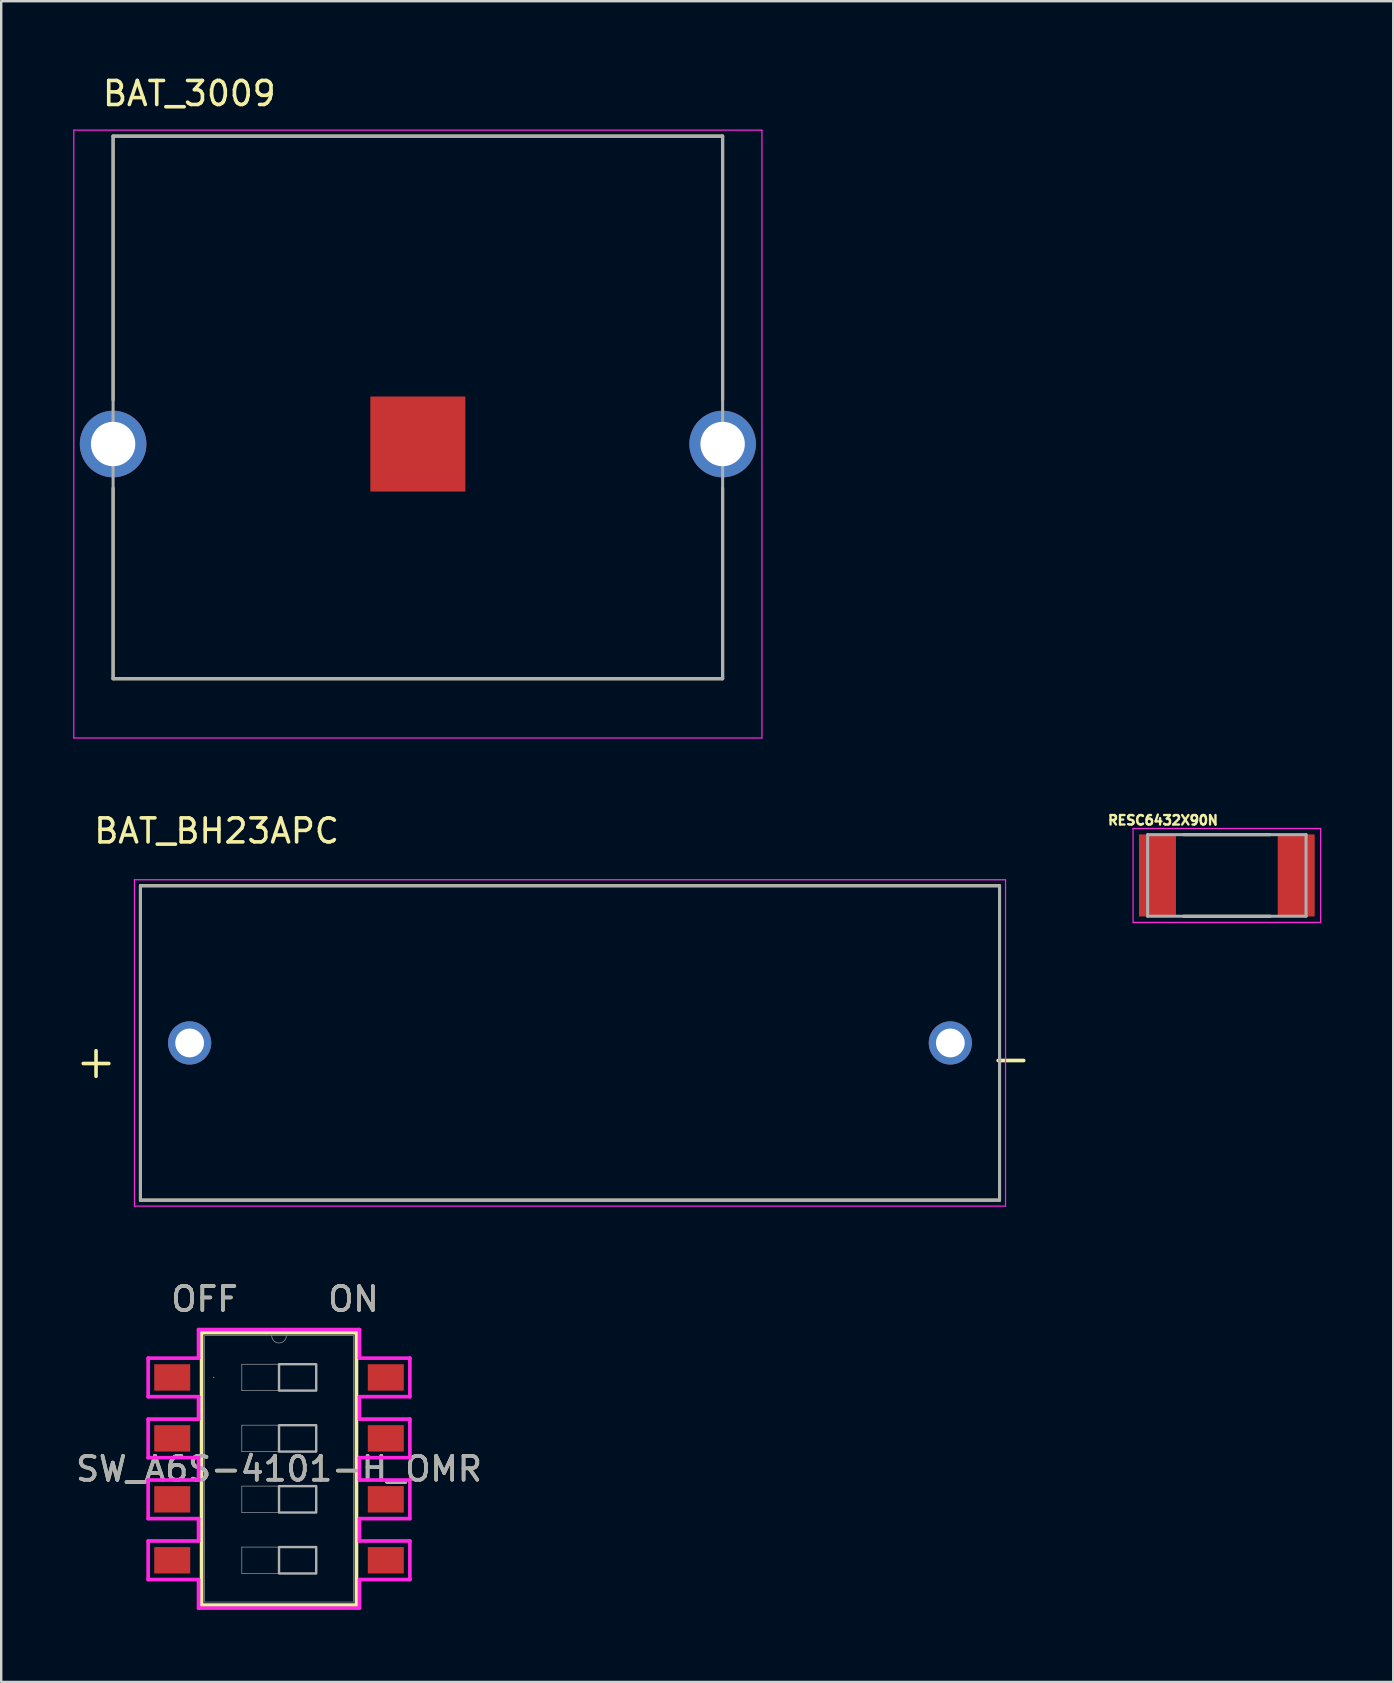
<source format=kicad_pcb>
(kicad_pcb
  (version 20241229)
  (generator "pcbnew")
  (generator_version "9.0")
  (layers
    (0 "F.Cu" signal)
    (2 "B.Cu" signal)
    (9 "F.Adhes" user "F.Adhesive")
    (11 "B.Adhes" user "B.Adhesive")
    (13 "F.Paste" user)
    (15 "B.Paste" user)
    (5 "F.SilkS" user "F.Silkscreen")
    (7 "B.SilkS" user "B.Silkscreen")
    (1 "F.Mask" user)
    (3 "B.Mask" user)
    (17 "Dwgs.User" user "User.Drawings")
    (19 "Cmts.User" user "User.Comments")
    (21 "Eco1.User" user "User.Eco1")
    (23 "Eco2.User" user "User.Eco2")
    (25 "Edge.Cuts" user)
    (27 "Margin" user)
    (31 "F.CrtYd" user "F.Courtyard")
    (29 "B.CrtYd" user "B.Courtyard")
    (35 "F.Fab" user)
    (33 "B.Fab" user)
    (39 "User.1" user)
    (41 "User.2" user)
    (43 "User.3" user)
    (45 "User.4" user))
  (footprint "BAT_3009"
    (layer "F.Cu")
    (at 14.363 15.453)
    (property "Reference" "BAT_3009" (at -9.525 -14.605 0) (layer "F.SilkS") (effects (font (size 1 1) (thickness 0.15))))
    (attr through_hole)
    (fp_line (start -12.7 -12.83) (end 12.7 -12.83) (stroke (width 0.127) (type solid)) (layer "F.SilkS"))
    (fp_line (start -12.7 -1.843) (end -12.7 -12.83) (stroke (width 0.127) (type solid)) (layer "F.SilkS"))
    (fp_line (start -12.7 9.78) (end -12.7 1.843) (stroke (width 0.127) (type solid)) (layer "F.SilkS"))
    (fp_line (start 12.7 -12.83) (end 12.7 -1.843) (stroke (width 0.127) (type solid)) (layer "F.SilkS"))
    (fp_line (start 12.7 9.78) (end -12.7 9.78) (stroke (width 0.127) (type solid)) (layer "F.SilkS"))
    (fp_line (start 12.7 9.78) (end 12.7 1.843) (stroke (width 0.127) (type solid)) (layer "F.SilkS"))
    (fp_line (start -14.338 -13.08) (end -14.338 12.25) (stroke (width 0.05) (type solid)) (layer "F.CrtYd"))
    (fp_line (start -14.338 12.25) (end 14.338 12.25) (stroke (width 0.05) (type solid)) (layer "F.CrtYd"))
    (fp_line (start 14.338 -13.08) (end -14.338 -13.08) (stroke (width 0.05) (type solid)) (layer "F.CrtYd"))
    (fp_line (start 14.338 12.25) (end 14.338 -13.08) (stroke (width 0.05) (type solid)) (layer "F.CrtYd"))
    (fp_line (start -12.7 -12.83) (end 12.7 -12.83) (stroke (width 0.127) (type solid)) (layer "F.Fab"))
    (fp_line (start -12.7 9.78) (end -12.7 -12.83) (stroke (width 0.127) (type solid)) (layer "F.Fab"))
    (fp_line (start 12.7 -12.83) (end 12.7 9.78) (stroke (width 0.127) (type solid)) (layer "F.Fab"))
    (fp_line (start 12.7 9.78) (end -12.7 9.78) (stroke (width 0.127) (type solid)) (layer "F.Fab"))
    (pad "N" smd rect (at 0 0) (size 3.96 3.96) (layers "F.Cu" "F.Mask"))
    (pad "P1" thru_hole circle (at -12.7 0) (size 2.775 2.775) (drill 1.85) (layers "*.Cu" "*.Mask"))
    (pad "P2" thru_hole circle (at 12.7 0) (size 2.775 2.775) (drill 1.85) (layers "*.Cu" "*.Mask")))
  (footprint "RESC6432X90N"
    (layer "F.Cu")
    (at 48.074 33.431)
    (property "Reference" "RESC6432X90N" (at -2.66 -2.3 0) (layer "F.SilkS") (effects (font (size 0.394 0.394) (thickness 0.15))))
    (attr smd)
    (fp_line (start -1.8 -1.7) (end 1.8 -1.7) (stroke (width 0.127) (type solid)) (layer "F.SilkS"))
    (fp_line (start -1.8 1.7) (end 1.8 1.7) (stroke (width 0.127) (type solid)) (layer "F.SilkS"))
    (fp_line (start -3.908 -1.958) (end 3.908 -1.958) (stroke (width 0.05) (type solid)) (layer "F.CrtYd"))
    (fp_line (start -3.908 1.958) (end -3.908 -1.958) (stroke (width 0.05) (type solid)) (layer "F.CrtYd"))
    (fp_line (start -3.908 1.958) (end 3.908 1.958) (stroke (width 0.05) (type solid)) (layer "F.CrtYd"))
    (fp_line (start 3.908 1.958) (end 3.908 -1.958) (stroke (width 0.05) (type solid)) (layer "F.CrtYd"))
    (fp_line (start -3.3 1.7) (end -3.3 -1.7) (stroke (width 0.127) (type solid)) (layer "F.Fab"))
    (fp_line (start 3.3 -1.7) (end -3.3 -1.7) (stroke (width 0.127) (type solid)) (layer "F.Fab"))
    (fp_line (start 3.3 1.7) (end -3.3 1.7) (stroke (width 0.127) (type solid)) (layer "F.Fab"))
    (fp_line (start 3.3 1.7) (end 3.3 -1.7) (stroke (width 0.127) (type solid)) (layer "F.Fab"))
    (pad "1" smd rect (at -2.89 0) (size 1.54 3.42) (layers "F.Cu" "F.Mask" "F.Paste"))
    (pad "2" smd rect (at 2.89 0) (size 1.54 3.42) (layers "F.Cu" "F.Mask" "F.Paste")))
  (footprint "SW_A6S-4101-H_OMR"
    (layer "F.Cu")
    (at 8.577 58.159)
    (property "Reference" "SW_A6S-4101-H_OMR" (at 0 0 0) (unlocked yes) (layer "F.SilkS") (effects (font (size 1 1) (thickness 0.15))))
    (attr smd)
    (fp_line (start -3.227 -5.677) (end -3.227 5.677) (stroke (width 0.152) (type solid)) (layer "F.SilkS"))
    (fp_line (start -3.227 5.677) (end 3.227 5.677) (stroke (width 0.152) (type solid)) (layer "F.SilkS"))
    (fp_line (start 3.227 -5.677) (end -3.227 -5.677) (stroke (width 0.152) (type solid)) (layer "F.SilkS"))
    (fp_line (start 3.227 5.677) (end 3.227 -5.677) (stroke (width 0.152) (type solid)) (layer "F.SilkS"))
    (fp_line (start -5.454 -4.614) (end -5.454 -3.006) (stroke (width 0.152) (type solid)) (layer "F.CrtYd"))
    (fp_line (start -5.454 -3.006) (end -3.354 -3.006) (stroke (width 0.152) (type solid)) (layer "F.CrtYd"))
    (fp_line (start -5.454 -2.074) (end -5.454 -0.466) (stroke (width 0.152) (type solid)) (layer "F.CrtYd"))
    (fp_line (start -5.454 -0.466) (end -3.354 -0.466) (stroke (width 0.152) (type solid)) (layer "F.CrtYd"))
    (fp_line (start -5.454 0.466) (end -5.454 2.074) (stroke (width 0.152) (type solid)) (layer "F.CrtYd"))
    (fp_line (start -5.454 2.074) (end -3.354 2.074) (stroke (width 0.152) (type solid)) (layer "F.CrtYd"))
    (fp_line (start -5.454 3.006) (end -5.454 4.614) (stroke (width 0.152) (type solid)) (layer "F.CrtYd"))
    (fp_line (start -5.454 4.614) (end -3.354 4.614) (stroke (width 0.152) (type solid)) (layer "F.CrtYd"))
    (fp_line (start -3.354 -5.804) (end -3.354 -4.614) (stroke (width 0.152) (type solid)) (layer "F.CrtYd"))
    (fp_line (start -3.354 -4.614) (end -5.454 -4.614) (stroke (width 0.152) (type solid)) (layer "F.CrtYd"))
    (fp_line (start -3.354 -3.006) (end -3.354 -2.074) (stroke (width 0.152) (type solid)) (layer "F.CrtYd"))
    (fp_line (start -3.354 -2.074) (end -5.454 -2.074) (stroke (width 0.152) (type solid)) (layer "F.CrtYd"))
    (fp_line (start -3.354 -0.466) (end -3.354 0.466) (stroke (width 0.152) (type solid)) (layer "F.CrtYd"))
    (fp_line (start -3.354 0.466) (end -5.454 0.466) (stroke (width 0.152) (type solid)) (layer "F.CrtYd"))
    (fp_line (start -3.354 2.074) (end -3.354 3.006) (stroke (width 0.152) (type solid)) (layer "F.CrtYd"))
    (fp_line (start -3.354 3.006) (end -5.454 3.006) (stroke (width 0.152) (type solid)) (layer "F.CrtYd"))
    (fp_line (start -3.354 4.614) (end -3.354 5.804) (stroke (width 0.152) (type solid)) (layer "F.CrtYd"))
    (fp_line (start -3.354 5.804) (end 3.354 5.804) (stroke (width 0.152) (type solid)) (layer "F.CrtYd"))
    (fp_line (start 3.354 -5.804) (end -3.354 -5.804) (stroke (width 0.152) (type solid)) (layer "F.CrtYd"))
    (fp_line (start 3.354 -4.614) (end 3.354 -5.804) (stroke (width 0.152) (type solid)) (layer "F.CrtYd"))
    (fp_line (start 3.354 -3.006) (end 5.454 -3.006) (stroke (width 0.152) (type solid)) (layer "F.CrtYd"))
    (fp_line (start 3.354 -2.074) (end 3.354 -3.006) (stroke (width 0.152) (type solid)) (layer "F.CrtYd"))
    (fp_line (start 3.354 -0.466) (end 5.454 -0.466) (stroke (width 0.152) (type solid)) (layer "F.CrtYd"))
    (fp_line (start 3.354 0.466) (end 3.354 -0.466) (stroke (width 0.152) (type solid)) (layer "F.CrtYd"))
    (fp_line (start 3.354 2.074) (end 5.454 2.074) (stroke (width 0.152) (type solid)) (layer "F.CrtYd"))
    (fp_line (start 3.354 3.006) (end 3.354 2.074) (stroke (width 0.152) (type solid)) (layer "F.CrtYd"))
    (fp_line (start 3.354 4.614) (end 5.454 4.614) (stroke (width 0.152) (type solid)) (layer "F.CrtYd"))
    (fp_line (start 3.354 5.804) (end 3.354 4.614) (stroke (width 0.152) (type solid)) (layer "F.CrtYd"))
    (fp_line (start 5.454 -4.614) (end 3.354 -4.614) (stroke (width 0.152) (type solid)) (layer "F.CrtYd"))
    (fp_line (start 5.454 -3.006) (end 5.454 -4.614) (stroke (width 0.152) (type solid)) (layer "F.CrtYd"))
    (fp_line (start 5.454 -2.074) (end 3.354 -2.074) (stroke (width 0.152) (type solid)) (layer "F.CrtYd"))
    (fp_line (start 5.454 -0.466) (end 5.454 -2.074) (stroke (width 0.152) (type solid)) (layer "F.CrtYd"))
    (fp_line (start 5.454 0.466) (end 3.354 0.466) (stroke (width 0.152) (type solid)) (layer "F.CrtYd"))
    (fp_line (start 5.454 2.074) (end 5.454 0.466) (stroke (width 0.152) (type solid)) (layer "F.CrtYd"))
    (fp_line (start 5.454 3.006) (end 3.354 3.006) (stroke (width 0.152) (type solid)) (layer "F.CrtYd"))
    (fp_line (start 5.454 4.614) (end 5.454 3.006) (stroke (width 0.152) (type solid)) (layer "F.CrtYd"))
    (fp_line (start -3.1 -5.55) (end -3.1 5.55) (stroke (width 0.025) (type solid)) (layer "F.Fab"))
    (fp_line (start -3.1 5.55) (end 3.1 5.55) (stroke (width 0.025) (type solid)) (layer "F.Fab"))
    (fp_line (start -1.55 -4.36) (end 1.55 -4.36) (stroke (width 0.025) (type solid)) (layer "F.Fab"))
    (fp_line (start -1.55 -3.26) (end -1.55 -4.36) (stroke (width 0.025) (type solid)) (layer "F.Fab"))
    (fp_line (start -1.55 -1.82) (end 1.55 -1.82) (stroke (width 0.025) (type solid)) (layer "F.Fab"))
    (fp_line (start -1.55 -0.72) (end -1.55 -1.82) (stroke (width 0.025) (type solid)) (layer "F.Fab"))
    (fp_line (start -1.55 0.72) (end 1.55 0.72) (stroke (width 0.025) (type solid)) (layer "F.Fab"))
    (fp_line (start -1.55 1.82) (end -1.55 0.72) (stroke (width 0.025) (type solid)) (layer "F.Fab"))
    (fp_line (start -1.55 3.26) (end 1.55 3.26) (stroke (width 0.025) (type solid)) (layer "F.Fab"))
    (fp_line (start -1.55 4.36) (end -1.55 3.26) (stroke (width 0.025) (type solid)) (layer "F.Fab"))
    (fp_line (start 1.55 -4.36) (end 1.55 -3.26) (stroke (width 0.025) (type solid)) (layer "F.Fab"))
    (fp_line (start 1.55 -3.26) (end -1.55 -3.26) (stroke (width 0.025) (type solid)) (layer "F.Fab"))
    (fp_line (start 1.55 -1.82) (end 1.55 -0.72) (stroke (width 0.025) (type solid)) (layer "F.Fab"))
    (fp_line (start 1.55 -0.72) (end -1.55 -0.72) (stroke (width 0.025) (type solid)) (layer "F.Fab"))
    (fp_line (start 1.55 0.72) (end 1.55 1.82) (stroke (width 0.025) (type solid)) (layer "F.Fab"))
    (fp_line (start 1.55 1.82) (end -1.55 1.82) (stroke (width 0.025) (type solid)) (layer "F.Fab"))
    (fp_line (start 1.55 3.26) (end 1.55 4.36) (stroke (width 0.025) (type solid)) (layer "F.Fab"))
    (fp_line (start 1.55 4.36) (end -1.55 4.36) (stroke (width 0.025) (type solid)) (layer "F.Fab"))
    (fp_line (start 3.1 -5.55) (end -3.1 -5.55) (stroke (width 0.025) (type solid)) (layer "F.Fab"))
    (fp_line (start 3.1 5.55) (end 3.1 -5.55) (stroke (width 0.025) (type solid)) (layer "F.Fab"))
    (fp_arc (start 0.3048 -5.550002) (mid 0 -5.245202) (end -0.3048 -5.550002) (stroke (width 0.0254) (type solid)) (layer "F.Fab"))
    (fp_circle (center -2.719 -3.81) (end -2.719 -3.81) (stroke (width 0.025) (type solid)) (fill no) (layer "F.Fab"))
    (fp_poly (pts (xy 0 -4.36) (xy 1.55 -4.36) (xy 1.55 -3.26) (xy 0 -3.26)) (stroke (width 0.1) (type solid)) (fill no) (layer "F.Fab"))
    (fp_poly (pts (xy 0 -1.82) (xy 1.55 -1.82) (xy 1.55 -0.72) (xy 0 -0.72)) (stroke (width 0.1) (type solid)) (fill no) (layer "F.Fab"))
    (fp_poly (pts (xy 0 0.72) (xy 1.55 0.72) (xy 1.55 1.82) (xy 0 1.82)) (stroke (width 0.1) (type solid)) (fill no) (layer "F.Fab"))
    (fp_poly (pts (xy 0 3.26) (xy 1.55 3.26) (xy 1.55 4.36) (xy 0 4.36)) (stroke (width 0.1) (type solid)) (fill no) (layer "F.Fab"))
    (fp_text user "ON" (at 3.1 -7.074 0) (unlocked yes) (layer "F.SilkS") (effects (font (size 1 1) (thickness 0.15))))
    (fp_text user "OFF" (at -3.1 -7.074 0) (unlocked yes) (layer "F.SilkS") (effects (font (size 1 1) (thickness 0.15))))
    (fp_text user "ON" (at 3.1 -7.074 0) (unlocked yes) (layer "F.Fab") (effects (font (size 1 1) (thickness 0.15))))
    (fp_text user "OFF" (at -3.1 -7.074 0) (unlocked yes) (layer "F.Fab") (effects (font (size 1 1) (thickness 0.15))))
    (fp_text user "${REFERENCE}" (at 0 0 0) (unlocked yes) (layer "F.Fab") (effects (font (size 1 1) (thickness 0.15))))
    (pad "1" smd rect (at -4.45 -3.81) (size 1.5 1.1) (layers "F.Cu" "F.Mask" "F.Paste"))
    (pad "2" smd rect (at -4.45 -1.27) (size 1.5 1.1) (layers "F.Cu" "F.Mask" "F.Paste"))
    (pad "3" smd rect (at -4.45 1.27) (size 1.5 1.1) (layers "F.Cu" "F.Mask" "F.Paste"))
    (pad "4" smd rect (at -4.45 3.81) (size 1.5 1.1) (layers "F.Cu" "F.Mask" "F.Paste"))
    (pad "5" smd rect (at 4.45 3.81) (size 1.5 1.1) (layers "F.Cu" "F.Mask" "F.Paste"))
    (pad "6" smd rect (at 4.45 1.27) (size 1.5 1.1) (layers "F.Cu" "F.Mask" "F.Paste"))
    (pad "7" smd rect (at 4.45 -1.27) (size 1.5 1.1) (layers "F.Cu" "F.Mask" "F.Paste"))
    (pad "8" smd rect (at 4.45 -3.81) (size 1.5 1.1) (layers "F.Cu" "F.Mask" "F.Paste")))
  (footprint "BAT_BH23APC"
    (layer "F.Cu")
    (at 20.702 40.411)
    (property "Reference" "BAT_BH23APC" (at -14.725 -8.835 0) (layer "F.SilkS") (effects (font (size 1 1) (thickness 0.15))))
    (attr through_hole)
    (fp_line (start -17.9 -6.55) (end 17.9 -6.55) (stroke (width 0.127) (type solid)) (layer "F.SilkS"))
    (fp_line (start -17.9 6.55) (end -17.9 -6.55) (stroke (width 0.127) (type solid)) (layer "F.SilkS"))
    (fp_line (start 17.9 -6.55) (end 17.9 6.55) (stroke (width 0.127) (type solid)) (layer "F.SilkS"))
    (fp_line (start 17.9 6.55) (end -17.9 6.55) (stroke (width 0.127) (type solid)) (layer "F.SilkS"))
    (fp_line (start -18.15 -6.8) (end -18.15 6.8) (stroke (width 0.05) (type solid)) (layer "F.CrtYd"))
    (fp_line (start -18.15 6.8) (end 18.15 6.8) (stroke (width 0.05) (type solid)) (layer "F.CrtYd"))
    (fp_line (start 18.15 -6.8) (end -18.15 -6.8) (stroke (width 0.05) (type solid)) (layer "F.CrtYd"))
    (fp_line (start 18.15 6.8) (end 18.15 -6.8) (stroke (width 0.05) (type solid)) (layer "F.CrtYd"))
    (fp_line (start -17.9 -6.55) (end 17.9 -6.55) (stroke (width 0.127) (type solid)) (layer "F.Fab"))
    (fp_line (start -17.9 6.55) (end -17.9 -6.55) (stroke (width 0.127) (type solid)) (layer "F.Fab"))
    (fp_line (start 17.9 -6.55) (end 17.9 6.55) (stroke (width 0.127) (type solid)) (layer "F.Fab"))
    (fp_line (start 17.9 6.55) (end -17.9 6.55) (stroke (width 0.127) (type solid)) (layer "F.Fab"))
    (fp_text user "+" (at -19.75 0.75 0) (layer "F.SilkS") (effects (font (size 1.4 1.4) (thickness 0.15))))
    (fp_text user "-" (at 18.375 0.625 0) (layer "F.SilkS") (effects (font (size 1.4 1.4) (thickness 0.15))))
    (pad "+" thru_hole circle (at -15.85 0) (size 1.8 1.8) (drill 1.2) (layers "*.Cu" "*.Mask"))
    (pad "-" thru_hole circle (at 15.85 0) (size 1.8 1.8) (drill 1.2) (layers "*.Cu" "*.Mask")))
  (gr_rect
    (start -3 -3)
    (end 55.007 67.039)
    (stroke (width 0.1) (type default))
    (fill no)
    (layer "Edge.Cuts")))
</source>
